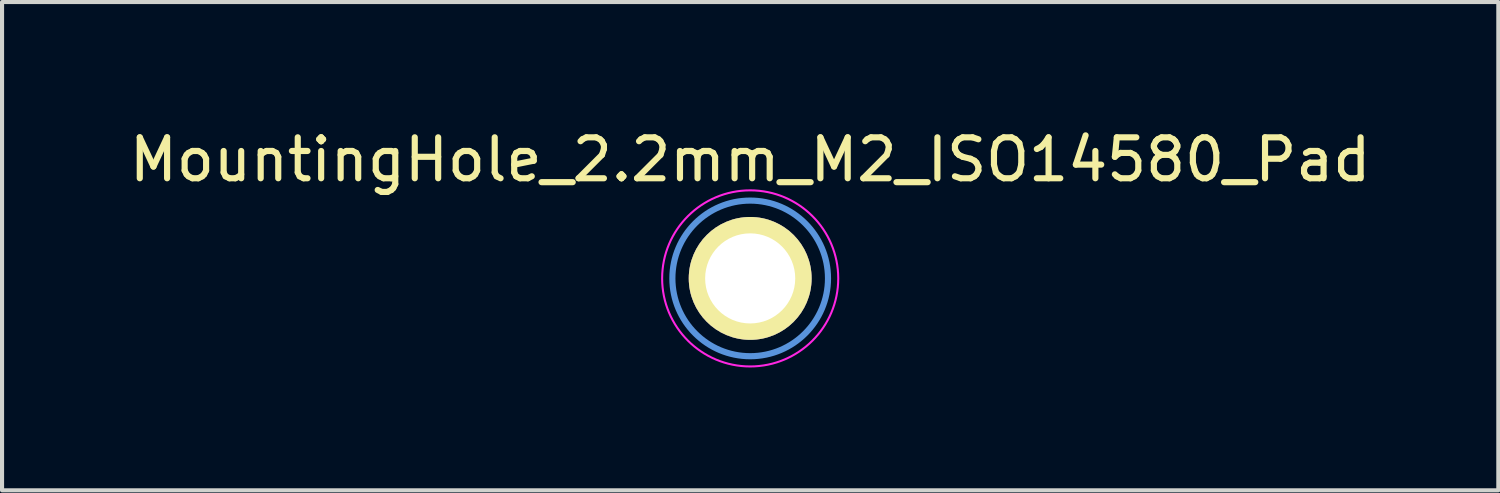
<source format=kicad_pcb>
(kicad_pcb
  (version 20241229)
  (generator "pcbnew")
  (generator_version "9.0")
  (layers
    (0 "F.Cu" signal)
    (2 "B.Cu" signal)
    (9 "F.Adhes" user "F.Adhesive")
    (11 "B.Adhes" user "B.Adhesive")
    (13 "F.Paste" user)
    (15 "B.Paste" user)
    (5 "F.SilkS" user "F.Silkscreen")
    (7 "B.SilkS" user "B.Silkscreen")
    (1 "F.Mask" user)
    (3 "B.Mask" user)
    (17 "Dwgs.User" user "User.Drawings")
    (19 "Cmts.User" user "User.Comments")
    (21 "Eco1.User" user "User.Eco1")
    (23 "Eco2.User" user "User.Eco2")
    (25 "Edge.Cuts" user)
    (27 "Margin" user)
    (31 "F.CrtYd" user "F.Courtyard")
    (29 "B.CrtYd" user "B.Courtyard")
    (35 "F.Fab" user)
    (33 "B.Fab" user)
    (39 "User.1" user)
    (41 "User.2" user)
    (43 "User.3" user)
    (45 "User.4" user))
  (footprint "MountingHole_2.2mm_M2_ISO14580_Pad"
    (layer "F.Cu")
    (at 15.268 3.748)
    (property "Reference" "MountingHole_2.2mm_M2_ISO14580_Pad" (at 0 -2.9 0) (layer "F.SilkS") (effects (font (size 1 1) (thickness 0.15))))
    (attr through_hole)
    (fp_circle (center 0 0) (end 1.9 0) (stroke (width 0.15) (type solid)) (fill no) (layer "Cmts.User"))
    (fp_circle (center 0 0) (end 2.15 0) (stroke (width 0.05) (type solid)) (fill no) (layer "F.CrtYd"))
    (pad "1" thru_hole circle (at 0 0) (size 3 3) (drill 2.2) (layers "*.Cu" "*.Mask" "F.SilkS")))
  (gr_rect
    (start -3 -3)
    (end 33.536 8.923)
    (stroke (width 0.1) (type default))
    (fill no)
    (layer "Edge.Cuts")))
</source>
